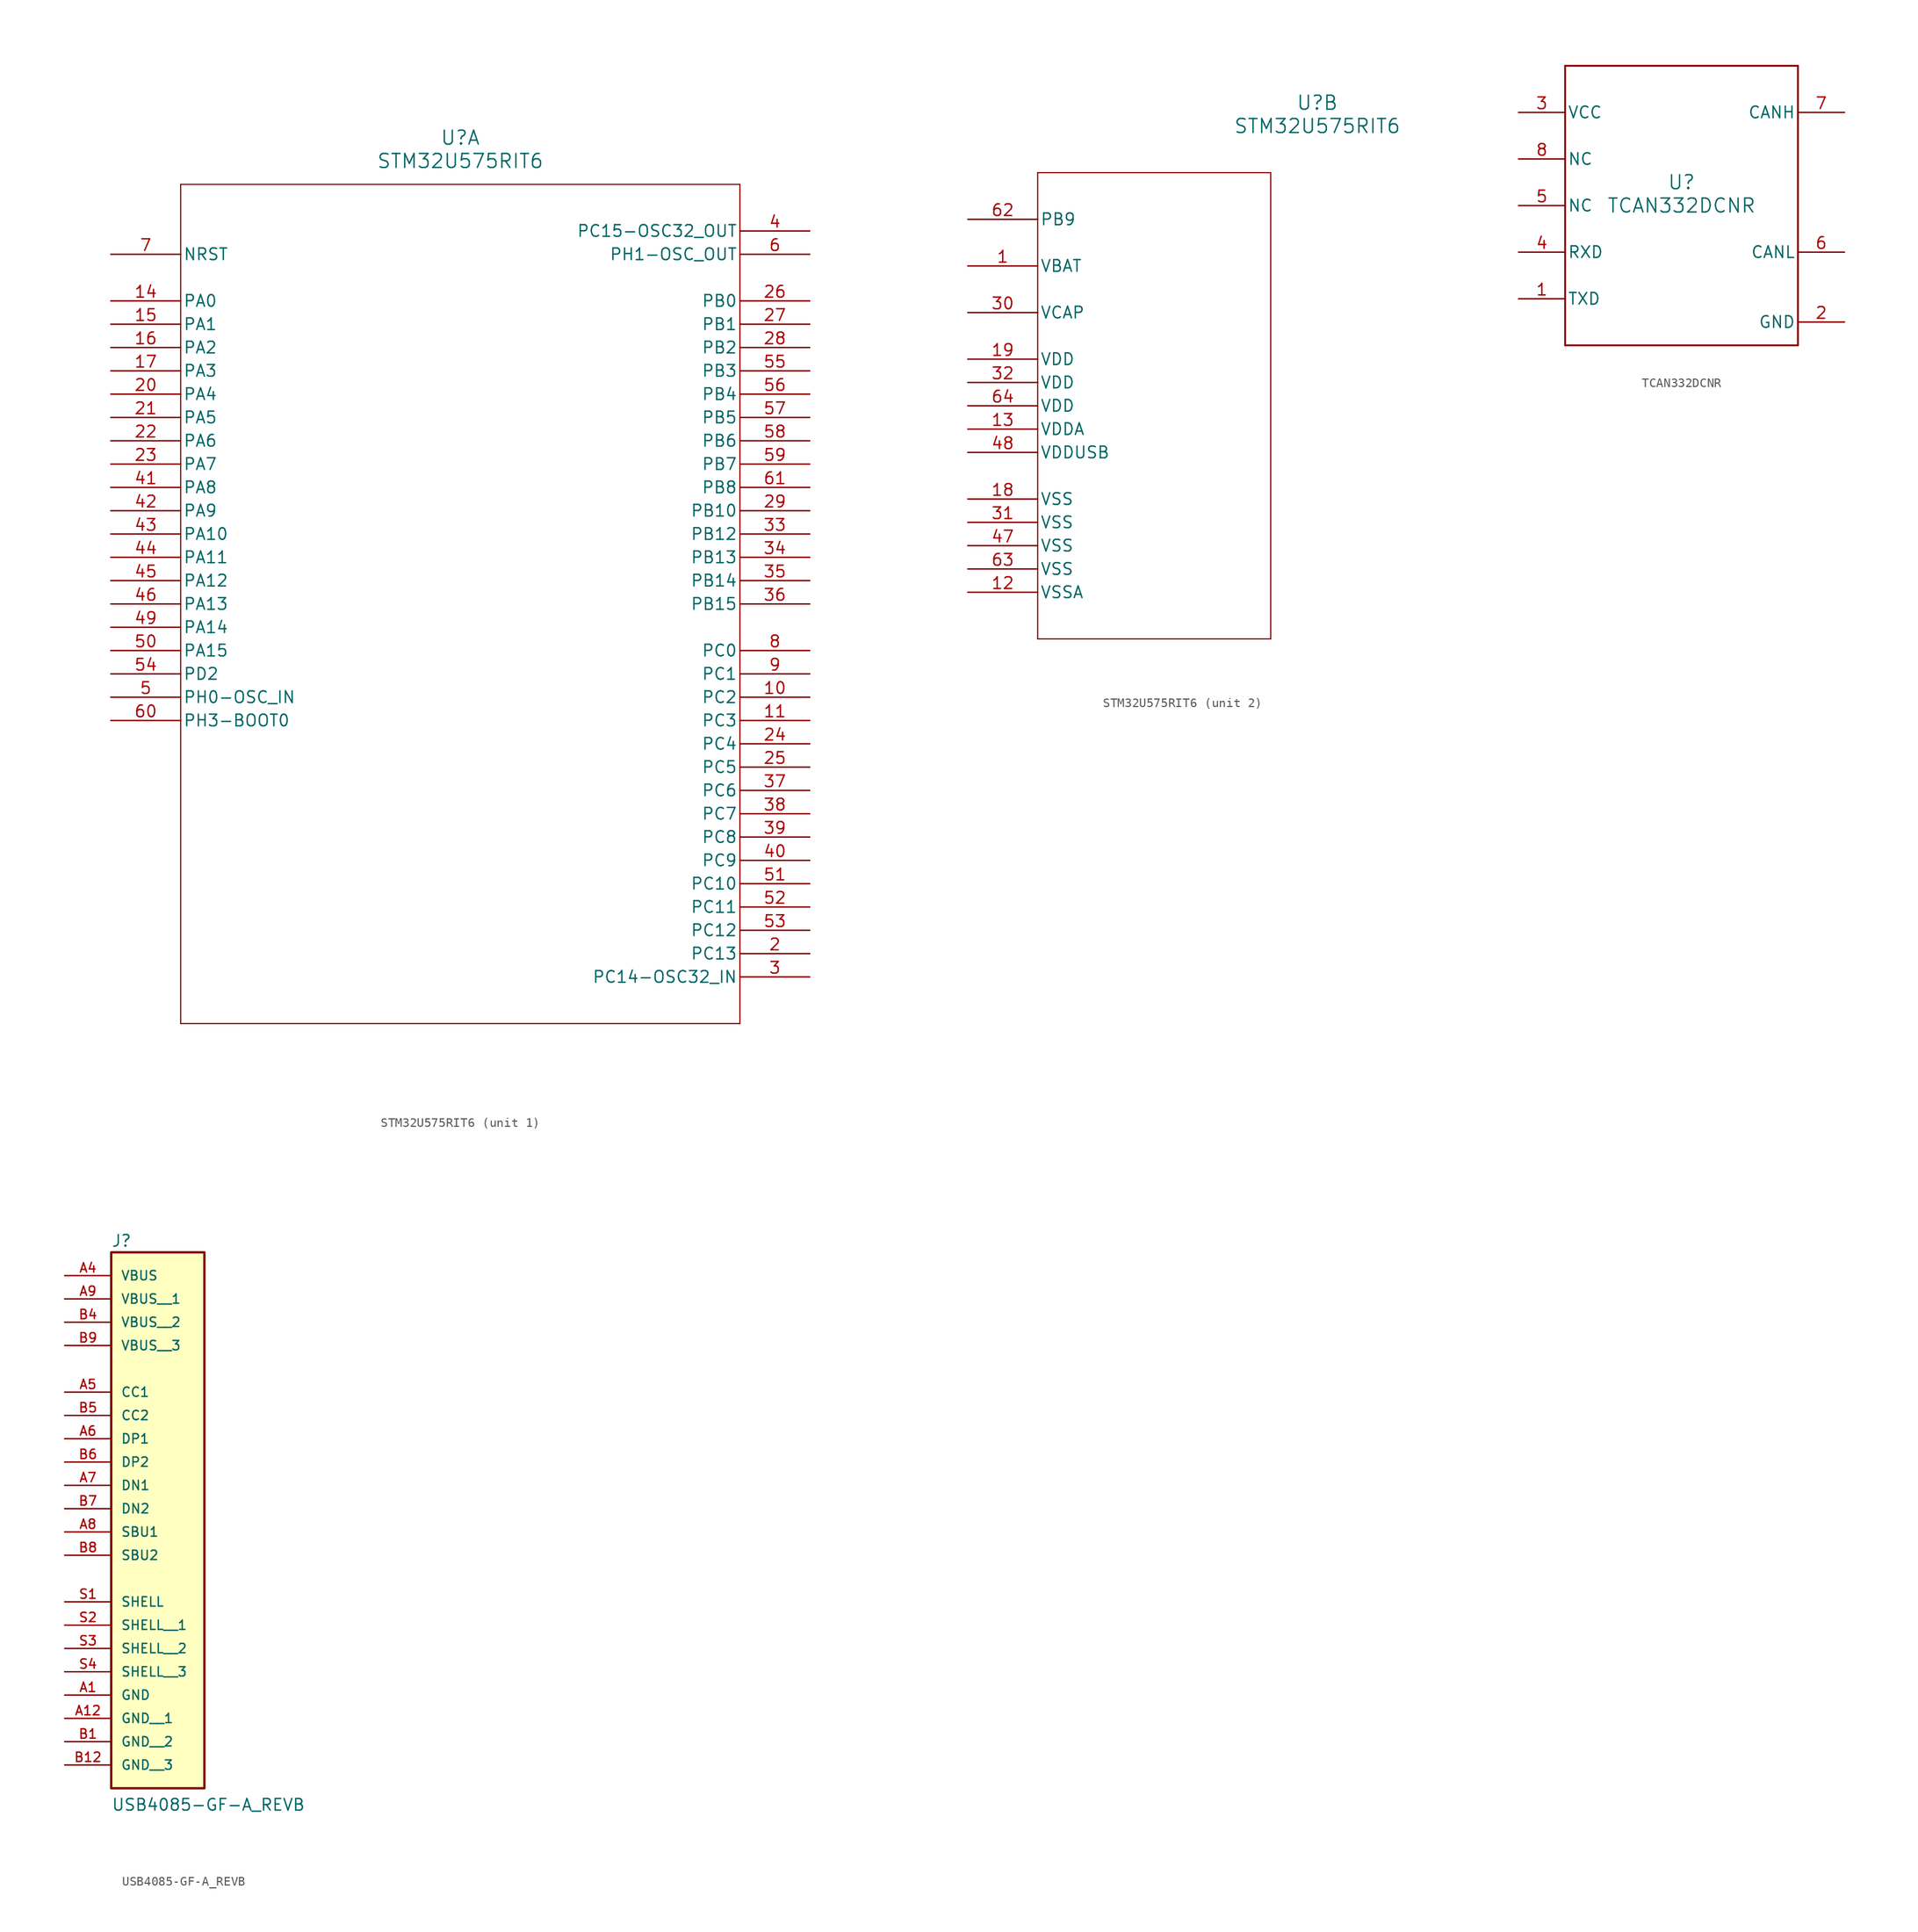
<source format=kicad_sym>
(kicad_symbol_lib
  (version 20241209)
  (generator "kicad_symbol_editor")
  (generator_version "9.0")
  (symbol "STM32U575RIT6"
    (pin_names
      (offset 0.254))
    (property "Reference" "U"
      (at 38.1 12.7 0)
      (effects (font (size 1.524 1.524))))
    (property "Value" "STM32U575RIT6"
      (at 38.1 10.16 0)
      (effects (font (size 1.524 1.524))))
    (property "ki_locked" ""
      (at 0 0 0)
      (effects (font (size 1.27 1.27))))
    (symbol "STM32U575RIT6_1_1"
      (polyline (pts (xy 7.62 7.62) (xy 7.62 -83.82)) (stroke (width 0.127) (type default)) (fill (type none)))
      (polyline (pts (xy 7.62 -83.82) (xy 68.58 -83.82)) (stroke (width 0.127) (type default)) (fill (type none)))
      (polyline (pts (xy 68.58 7.62) (xy 7.62 7.62)) (stroke (width 0.127) (type default)) (fill (type none)))
      (polyline (pts (xy 68.58 -83.82) (xy 68.58 7.62)) (stroke (width 0.127) (type default)) (fill (type none)))
      (pin bidirectional line (at 0 0 0) (length 7.62) (name "NRST" (effects (font (size 1.27 1.27)))) (number "7" (effects (font (size 1.27 1.27)))))
      (pin bidirectional line (at 0 -5.08 0) (length 7.62) (name "PA0" (effects (font (size 1.27 1.27)))) (number "14" (effects (font (size 1.27 1.27)))))
      (pin bidirectional line (at 0 -7.62 0) (length 7.62) (name "PA1" (effects (font (size 1.27 1.27)))) (number "15" (effects (font (size 1.27 1.27)))))
      (pin bidirectional line (at 0 -10.16 0) (length 7.62) (name "PA2" (effects (font (size 1.27 1.27)))) (number "16" (effects (font (size 1.27 1.27)))))
      (pin bidirectional line (at 0 -12.7 0) (length 7.62) (name "PA3" (effects (font (size 1.27 1.27)))) (number "17" (effects (font (size 1.27 1.27)))))
      (pin bidirectional line (at 0 -15.24 0) (length 7.62) (name "PA4" (effects (font (size 1.27 1.27)))) (number "20" (effects (font (size 1.27 1.27)))))
      (pin bidirectional line (at 0 -17.78 0) (length 7.62) (name "PA5" (effects (font (size 1.27 1.27)))) (number "21" (effects (font (size 1.27 1.27)))))
      (pin bidirectional line (at 0 -20.32 0) (length 7.62) (name "PA6" (effects (font (size 1.27 1.27)))) (number "22" (effects (font (size 1.27 1.27)))))
      (pin bidirectional line (at 0 -22.86 0) (length 7.62) (name "PA7" (effects (font (size 1.27 1.27)))) (number "23" (effects (font (size 1.27 1.27)))))
      (pin bidirectional line (at 0 -25.4 0) (length 7.62) (name "PA8" (effects (font (size 1.27 1.27)))) (number "41" (effects (font (size 1.27 1.27)))))
      (pin bidirectional line (at 0 -27.94 0) (length 7.62) (name "PA9" (effects (font (size 1.27 1.27)))) (number "42" (effects (font (size 1.27 1.27)))))
      (pin bidirectional line (at 0 -30.48 0) (length 7.62) (name "PA10" (effects (font (size 1.27 1.27)))) (number "43" (effects (font (size 1.27 1.27)))))
      (pin bidirectional line (at 0 -33.02 0) (length 7.62) (name "PA11" (effects (font (size 1.27 1.27)))) (number "44" (effects (font (size 1.27 1.27)))))
      (pin bidirectional line (at 0 -35.56 0) (length 7.62) (name "PA12" (effects (font (size 1.27 1.27)))) (number "45" (effects (font (size 1.27 1.27)))))
      (pin bidirectional line (at 0 -38.1 0) (length 7.62) (name "PA13" (effects (font (size 1.27 1.27)))) (number "46" (effects (font (size 1.27 1.27)))))
      (pin bidirectional line (at 0 -40.64 0) (length 7.62) (name "PA14" (effects (font (size 1.27 1.27)))) (number "49" (effects (font (size 1.27 1.27)))))
      (pin bidirectional line (at 0 -43.18 0) (length 7.62) (name "PA15" (effects (font (size 1.27 1.27)))) (number "50" (effects (font (size 1.27 1.27)))))
      (pin bidirectional line (at 0 -45.72 0) (length 7.62) (name "PD2" (effects (font (size 1.27 1.27)))) (number "54" (effects (font (size 1.27 1.27)))))
      (pin bidirectional line (at 0 -48.26 0) (length 7.62) (name "PH0-OSC_IN" (effects (font (size 1.27 1.27)))) (number "5" (effects (font (size 1.27 1.27)))))
      (pin bidirectional line (at 0 -50.8 0) (length 7.62) (name "PH3-BOOT0" (effects (font (size 1.27 1.27)))) (number "60" (effects (font (size 1.27 1.27)))))
      (pin bidirectional line (at 76.2 2.54 180) (length 7.62) (name "PC15-OSC32_OUT" (effects (font (size 1.27 1.27)))) (number "4" (effects (font (size 1.27 1.27)))))
      (pin bidirectional line (at 76.2 0 180) (length 7.62) (name "PH1-OSC_OUT" (effects (font (size 1.27 1.27)))) (number "6" (effects (font (size 1.27 1.27)))))
      (pin bidirectional line (at 76.2 -5.08 180) (length 7.62) (name "PB0" (effects (font (size 1.27 1.27)))) (number "26" (effects (font (size 1.27 1.27)))))
      (pin bidirectional line (at 76.2 -7.62 180) (length 7.62) (name "PB1" (effects (font (size 1.27 1.27)))) (number "27" (effects (font (size 1.27 1.27)))))
      (pin bidirectional line (at 76.2 -10.16 180) (length 7.62) (name "PB2" (effects (font (size 1.27 1.27)))) (number "28" (effects (font (size 1.27 1.27)))))
      (pin bidirectional line (at 76.2 -12.7 180) (length 7.62) (name "PB3" (effects (font (size 1.27 1.27)))) (number "55" (effects (font (size 1.27 1.27)))))
      (pin bidirectional line (at 76.2 -15.24 180) (length 7.62) (name "PB4" (effects (font (size 1.27 1.27)))) (number "56" (effects (font (size 1.27 1.27)))))
      (pin bidirectional line (at 76.2 -17.78 180) (length 7.62) (name "PB5" (effects (font (size 1.27 1.27)))) (number "57" (effects (font (size 1.27 1.27)))))
      (pin bidirectional line (at 76.2 -20.32 180) (length 7.62) (name "PB6" (effects (font (size 1.27 1.27)))) (number "58" (effects (font (size 1.27 1.27)))))
      (pin bidirectional line (at 76.2 -22.86 180) (length 7.62) (name "PB7" (effects (font (size 1.27 1.27)))) (number "59" (effects (font (size 1.27 1.27)))))
      (pin bidirectional line (at 76.2 -25.4 180) (length 7.62) (name "PB8" (effects (font (size 1.27 1.27)))) (number "61" (effects (font (size 1.27 1.27)))))
      (pin bidirectional line (at 76.2 -27.94 180) (length 7.62) (name "PB10" (effects (font (size 1.27 1.27)))) (number "29" (effects (font (size 1.27 1.27)))))
      (pin bidirectional line (at 76.2 -30.48 180) (length 7.62) (name "PB12" (effects (font (size 1.27 1.27)))) (number "33" (effects (font (size 1.27 1.27)))))
      (pin bidirectional line (at 76.2 -33.02 180) (length 7.62) (name "PB13" (effects (font (size 1.27 1.27)))) (number "34" (effects (font (size 1.27 1.27)))))
      (pin bidirectional line (at 76.2 -35.56 180) (length 7.62) (name "PB14" (effects (font (size 1.27 1.27)))) (number "35" (effects (font (size 1.27 1.27)))))
      (pin bidirectional line (at 76.2 -38.1 180) (length 7.62) (name "PB15" (effects (font (size 1.27 1.27)))) (number "36" (effects (font (size 1.27 1.27)))))
      (pin bidirectional line (at 76.2 -43.18 180) (length 7.62) (name "PC0" (effects (font (size 1.27 1.27)))) (number "8" (effects (font (size 1.27 1.27)))))
      (pin bidirectional line (at 76.2 -45.72 180) (length 7.62) (name "PC1" (effects (font (size 1.27 1.27)))) (number "9" (effects (font (size 1.27 1.27)))))
      (pin bidirectional line (at 76.2 -48.26 180) (length 7.62) (name "PC2" (effects (font (size 1.27 1.27)))) (number "10" (effects (font (size 1.27 1.27)))))
      (pin bidirectional line (at 76.2 -50.8 180) (length 7.62) (name "PC3" (effects (font (size 1.27 1.27)))) (number "11" (effects (font (size 1.27 1.27)))))
      (pin bidirectional line (at 76.2 -53.34 180) (length 7.62) (name "PC4" (effects (font (size 1.27 1.27)))) (number "24" (effects (font (size 1.27 1.27)))))
      (pin bidirectional line (at 76.2 -55.88 180) (length 7.62) (name "PC5" (effects (font (size 1.27 1.27)))) (number "25" (effects (font (size 1.27 1.27)))))
      (pin bidirectional line (at 76.2 -58.42 180) (length 7.62) (name "PC6" (effects (font (size 1.27 1.27)))) (number "37" (effects (font (size 1.27 1.27)))))
      (pin bidirectional line (at 76.2 -60.96 180) (length 7.62) (name "PC7" (effects (font (size 1.27 1.27)))) (number "38" (effects (font (size 1.27 1.27)))))
      (pin bidirectional line (at 76.2 -63.5 180) (length 7.62) (name "PC8" (effects (font (size 1.27 1.27)))) (number "39" (effects (font (size 1.27 1.27)))))
      (pin bidirectional line (at 76.2 -66.04 180) (length 7.62) (name "PC9" (effects (font (size 1.27 1.27)))) (number "40" (effects (font (size 1.27 1.27)))))
      (pin bidirectional line (at 76.2 -68.58 180) (length 7.62) (name "PC10" (effects (font (size 1.27 1.27)))) (number "51" (effects (font (size 1.27 1.27)))))
      (pin bidirectional line (at 76.2 -71.12 180) (length 7.62) (name "PC11" (effects (font (size 1.27 1.27)))) (number "52" (effects (font (size 1.27 1.27)))))
      (pin bidirectional line (at 76.2 -73.66 180) (length 7.62) (name "PC12" (effects (font (size 1.27 1.27)))) (number "53" (effects (font (size 1.27 1.27)))))
      (pin bidirectional line (at 76.2 -76.2 180) (length 7.62) (name "PC13" (effects (font (size 1.27 1.27)))) (number "2" (effects (font (size 1.27 1.27)))))
      (pin bidirectional line (at 76.2 -78.74 180) (length 7.62) (name "PC14-OSC32_IN" (effects (font (size 1.27 1.27)))) (number "3" (effects (font (size 1.27 1.27))))))
    (symbol "STM32U575RIT6_2_1"
      (polyline (pts (xy 7.62 5.08) (xy 7.62 -45.72)) (stroke (width 0.127) (type default)) (fill (type none)))
      (polyline (pts (xy 7.62 -45.72) (xy 33.02 -45.72)) (stroke (width 0.127) (type default)) (fill (type none)))
      (polyline (pts (xy 33.02 5.08) (xy 7.62 5.08)) (stroke (width 0.127) (type default)) (fill (type none)))
      (polyline (pts (xy 33.02 -45.72) (xy 33.02 5.08)) (stroke (width 0.127) (type default)) (fill (type none)))
      (pin bidirectional line (at 0 0 0) (length 7.62) (name "PB9" (effects (font (size 1.27 1.27)))) (number "62" (effects (font (size 1.27 1.27)))))
      (pin power_in line (at 0 -5.08 0) (length 7.62) (name "VBAT" (effects (font (size 1.27 1.27)))) (number "1" (effects (font (size 1.27 1.27)))))
      (pin power_in line (at 0 -10.16 0) (length 7.62) (name "VCAP" (effects (font (size 1.27 1.27)))) (number "30" (effects (font (size 1.27 1.27)))))
      (pin power_in line (at 0 -15.24 0) (length 7.62) (name "VDD" (effects (font (size 1.27 1.27)))) (number "19" (effects (font (size 1.27 1.27)))))
      (pin power_in line (at 0 -17.78 0) (length 7.62) (name "VDD" (effects (font (size 1.27 1.27)))) (number "32" (effects (font (size 1.27 1.27)))))
      (pin power_in line (at 0 -20.32 0) (length 7.62) (name "VDD" (effects (font (size 1.27 1.27)))) (number "64" (effects (font (size 1.27 1.27)))))
      (pin power_in line (at 0 -22.86 0) (length 7.62) (name "VDDA" (effects (font (size 1.27 1.27)))) (number "13" (effects (font (size 1.27 1.27)))))
      (pin power_in line (at 0 -25.4 0) (length 7.62) (name "VDDUSB" (effects (font (size 1.27 1.27)))) (number "48" (effects (font (size 1.27 1.27)))))
      (pin power_in line (at 0 -30.48 0) (length 7.62) (name "VSS" (effects (font (size 1.27 1.27)))) (number "18" (effects (font (size 1.27 1.27)))))
      (pin power_in line (at 0 -33.02 0) (length 7.62) (name "VSS" (effects (font (size 1.27 1.27)))) (number "31" (effects (font (size 1.27 1.27)))))
      (pin power_in line (at 0 -35.56 0) (length 7.62) (name "VSS" (effects (font (size 1.27 1.27)))) (number "47" (effects (font (size 1.27 1.27)))))
      (pin power_in line (at 0 -38.1 0) (length 7.62) (name "VSS" (effects (font (size 1.27 1.27)))) (number "63" (effects (font (size 1.27 1.27)))))
      (pin power_in line (at 0 -40.64 0) (length 7.62) (name "VSSA" (effects (font (size 1.27 1.27)))) (number "12" (effects (font (size 1.27 1.27)))))))
  (symbol "TCAN332DCNR"
    (pin_names
      (offset 0.254))
    (property "Reference" "U"
      (at 0 2.54 0)
      (effects (font (size 1.524 1.524))))
    (property "Value" "TCAN332DCNR"
      (at 0 0 0)
      (effects (font (size 1.524 1.524))))
    (property "ki_locked" ""
      (at 0 0 0)
      (effects (font (size 1.27 1.27))))
    (symbol "TCAN332DCNR_0_1"
      (polyline (pts (xy -12.7 15.24) (xy -12.7 -15.24)) (stroke (width 0.203) (type default)) (fill (type none)))
      (polyline (pts (xy -12.7 -15.24) (xy 12.7 -15.24)) (stroke (width 0.203) (type default)) (fill (type none)))
      (polyline (pts (xy 12.7 15.24) (xy -12.7 15.24)) (stroke (width 0.203) (type default)) (fill (type none)))
      (polyline (pts (xy 12.7 -15.24) (xy 12.7 15.24)) (stroke (width 0.203) (type default)) (fill (type none)))
      (pin power_in line (at -17.78 10.16 0) (length 5.08) (name "VCC" (effects (font (size 1.27 1.27)))) (number "3" (effects (font (size 1.27 1.27)))))
      (pin unspecified line (at -17.78 5.08 0) (length 5.08) (name "NC" (effects (font (size 1.27 1.27)))) (number "8" (effects (font (size 1.27 1.27)))))
      (pin unspecified line (at -17.78 0 0) (length 5.08) (name "NC" (effects (font (size 1.27 1.27)))) (number "5" (effects (font (size 1.27 1.27)))))
      (pin output line (at -17.78 -5.08 0) (length 5.08) (name "RXD" (effects (font (size 1.27 1.27)))) (number "4" (effects (font (size 1.27 1.27)))))
      (pin input line (at -17.78 -10.16 0) (length 5.08) (name "TXD" (effects (font (size 1.27 1.27)))) (number "1" (effects (font (size 1.27 1.27)))))
      (pin bidirectional line (at 17.78 10.16 180) (length 5.08) (name "CANH" (effects (font (size 1.27 1.27)))) (number "7" (effects (font (size 1.27 1.27)))))
      (pin bidirectional line (at 17.78 -5.08 180) (length 5.08) (name "CANL" (effects (font (size 1.27 1.27)))) (number "6" (effects (font (size 1.27 1.27)))))
      (pin power_in line (at 17.78 -12.7 180) (length 5.08) (name "GND" (effects (font (size 1.27 1.27)))) (number "2" (effects (font (size 1.27 1.27)))))))
  (symbol "USB4085-GF-A_REVB"
    (pin_names
      (offset 1.016))
    (property "Reference" "J"
      (at -5.08 18.288 0)
      (effects (font (size 1.27 1.27)) (justify left bottom)))
    (property "Value" "USB4085-GF-A_REVB"
      (at -5.08 -43.18 0)
      (effects (font (size 1.27 1.27)) (justify left bottom)))
    (symbol "USB4085-GF-A_REVB_0_0"
      (rectangle (start -5.08 -40.64) (end 5.08 17.78) (stroke (width 0.254) (type default)) (fill (type background)))
      (pin power_in line (at -10.16 15.24 0) (length 5.08) (name "VBUS" (effects (font (size 1.016 1.016)))) (number "A4" (effects (font (size 1.016 1.016)))))
      (pin power_in line (at -10.16 12.7 0) (length 5.08) (name "VBUS__1" (effects (font (size 1.016 1.016)))) (number "A9" (effects (font (size 1.016 1.016)))))
      (pin power_in line (at -10.16 10.16 0) (length 5.08) (name "VBUS__2" (effects (font (size 1.016 1.016)))) (number "B4" (effects (font (size 1.016 1.016)))))
      (pin power_in line (at -10.16 7.62 0) (length 5.08) (name "VBUS__3" (effects (font (size 1.016 1.016)))) (number "B9" (effects (font (size 1.016 1.016)))))
      (pin bidirectional line (at -10.16 2.54 0) (length 5.08) (name "CC1" (effects (font (size 1.016 1.016)))) (number "A5" (effects (font (size 1.016 1.016)))))
      (pin bidirectional line (at -10.16 0 0) (length 5.08) (name "CC2" (effects (font (size 1.016 1.016)))) (number "B5" (effects (font (size 1.016 1.016)))))
      (pin bidirectional line (at -10.16 -2.54 0) (length 5.08) (name "DP1" (effects (font (size 1.016 1.016)))) (number "A6" (effects (font (size 1.016 1.016)))))
      (pin bidirectional line (at -10.16 -5.08 0) (length 5.08) (name "DP2" (effects (font (size 1.016 1.016)))) (number "B6" (effects (font (size 1.016 1.016)))))
      (pin bidirectional line (at -10.16 -7.62 0) (length 5.08) (name "DN1" (effects (font (size 1.016 1.016)))) (number "A7" (effects (font (size 1.016 1.016)))))
      (pin bidirectional line (at -10.16 -10.16 0) (length 5.08) (name "DN2" (effects (font (size 1.016 1.016)))) (number "B7" (effects (font (size 1.016 1.016)))))
      (pin bidirectional line (at -10.16 -12.7 0) (length 5.08) (name "SBU1" (effects (font (size 1.016 1.016)))) (number "A8" (effects (font (size 1.016 1.016)))))
      (pin bidirectional line (at -10.16 -15.24 0) (length 5.08) (name "SBU2" (effects (font (size 1.016 1.016)))) (number "B8" (effects (font (size 1.016 1.016)))))
      (pin passive line (at -10.16 -20.32 0) (length 5.08) (name "SHELL" (effects (font (size 1.016 1.016)))) (number "S1" (effects (font (size 1.016 1.016)))))
      (pin passive line (at -10.16 -22.86 0) (length 5.08) (name "SHELL__1" (effects (font (size 1.016 1.016)))) (number "S2" (effects (font (size 1.016 1.016)))))
      (pin passive line (at -10.16 -25.4 0) (length 5.08) (name "SHELL__2" (effects (font (size 1.016 1.016)))) (number "S3" (effects (font (size 1.016 1.016)))))
      (pin passive line (at -10.16 -27.94 0) (length 5.08) (name "SHELL__3" (effects (font (size 1.016 1.016)))) (number "S4" (effects (font (size 1.016 1.016)))))
      (pin power_in line (at -10.16 -30.48 0) (length 5.08) (name "GND" (effects (font (size 1.016 1.016)))) (number "A1" (effects (font (size 1.016 1.016)))))
      (pin power_in line (at -10.16 -33.02 0) (length 5.08) (name "GND__1" (effects (font (size 1.016 1.016)))) (number "A12" (effects (font (size 1.016 1.016)))))
      (pin power_in line (at -10.16 -35.56 0) (length 5.08) (name "GND__2" (effects (font (size 1.016 1.016)))) (number "B1" (effects (font (size 1.016 1.016)))))
      (pin power_in line (at -10.16 -38.1 0) (length 5.08) (name "GND__3" (effects (font (size 1.016 1.016)))) (number "B12" (effects (font (size 1.016 1.016))))))))
</source>
